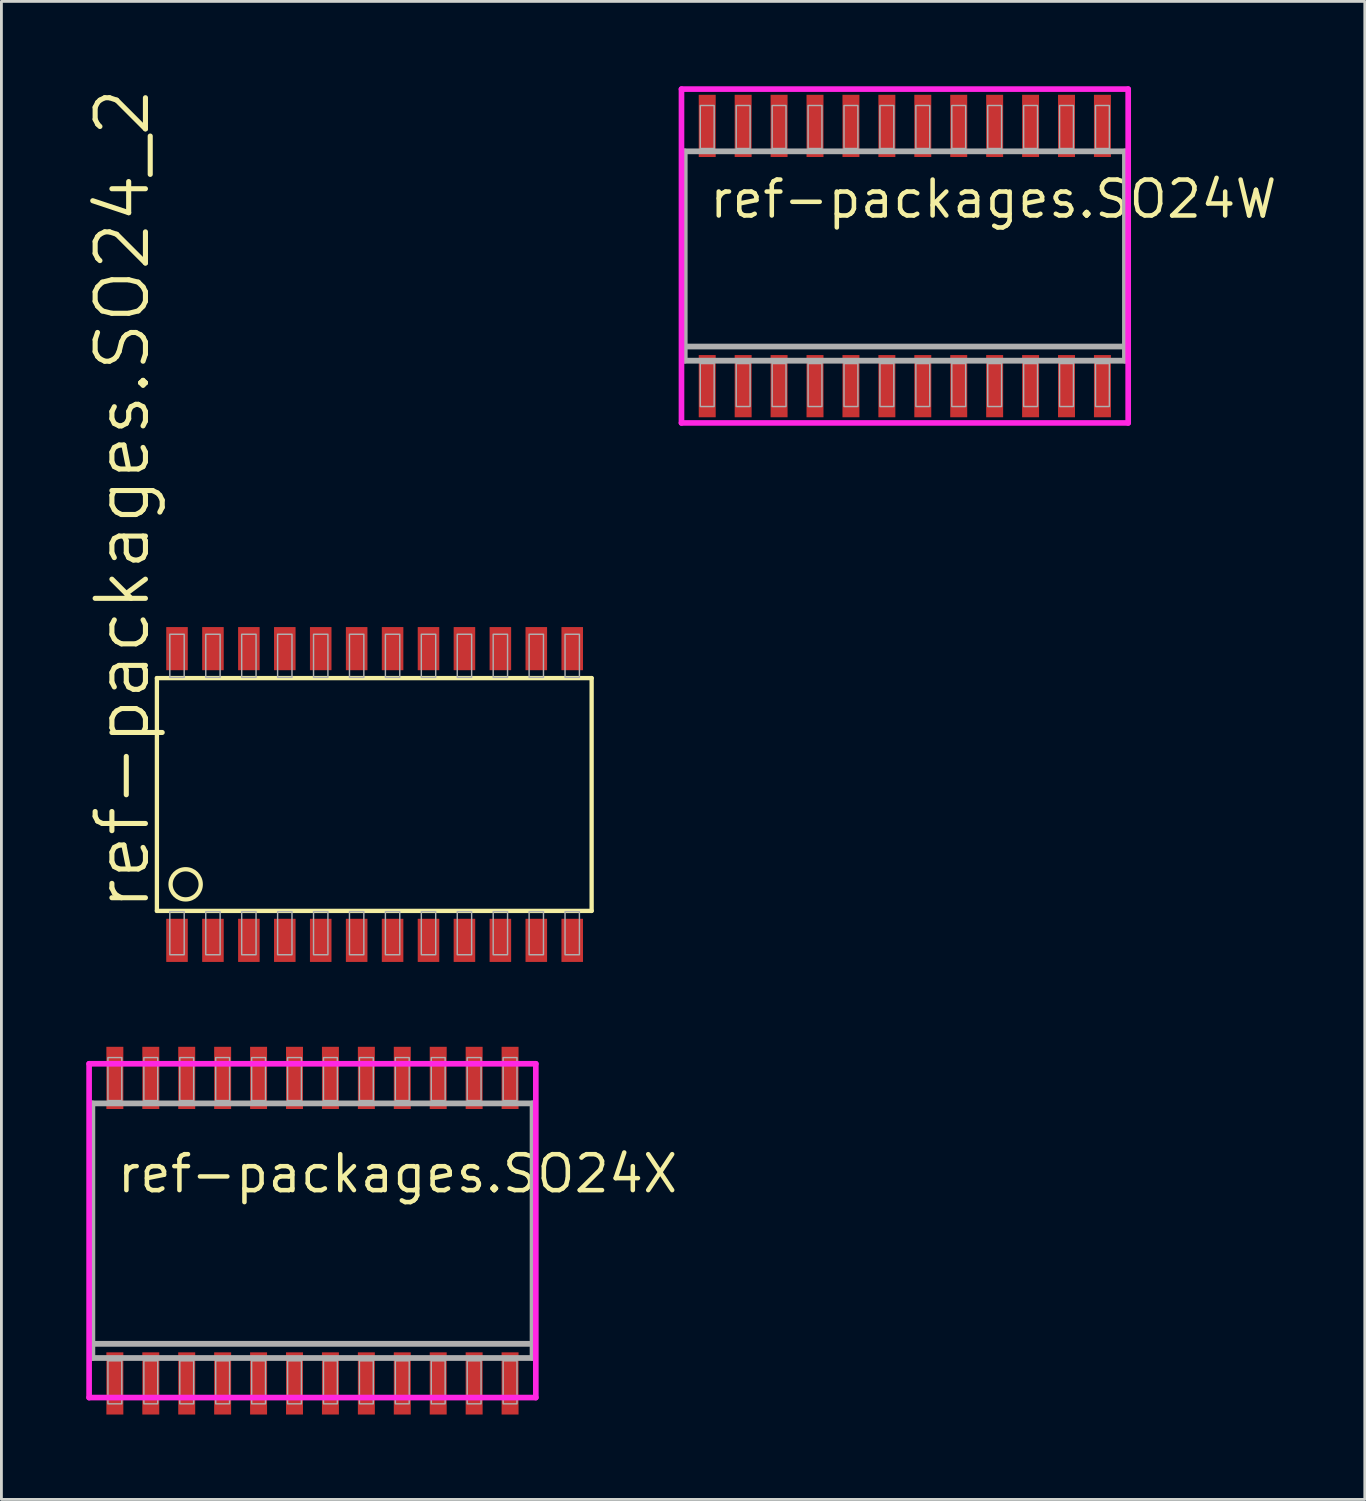
<source format=kicad_pcb>
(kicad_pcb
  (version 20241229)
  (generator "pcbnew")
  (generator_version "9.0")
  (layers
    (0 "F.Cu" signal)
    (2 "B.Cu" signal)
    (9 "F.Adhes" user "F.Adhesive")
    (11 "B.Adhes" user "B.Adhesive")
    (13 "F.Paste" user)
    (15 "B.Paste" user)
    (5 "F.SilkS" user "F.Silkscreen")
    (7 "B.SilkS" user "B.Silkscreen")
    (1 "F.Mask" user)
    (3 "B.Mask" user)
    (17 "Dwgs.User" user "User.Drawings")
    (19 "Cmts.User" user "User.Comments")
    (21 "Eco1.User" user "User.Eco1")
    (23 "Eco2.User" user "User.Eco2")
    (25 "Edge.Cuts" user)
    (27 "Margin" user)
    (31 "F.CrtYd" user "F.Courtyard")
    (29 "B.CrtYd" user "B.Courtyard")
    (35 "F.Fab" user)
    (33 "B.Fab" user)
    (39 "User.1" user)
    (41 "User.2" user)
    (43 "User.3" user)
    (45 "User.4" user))
  (footprint "ref-packages.SO24X"
    (layer "F.Cu")
    (at 7.995 40.452)
    (property "Reference" "ref-packages.SO24X" (at -6.985 -1.27 0) (layer "F.SilkS") (effects (font (size 1.27 1.27) (thickness 0.16)) (justify left bottom)))
    (attr smd)
    (fp_line (start -7.895 -5.9) (end 7.895 -5.9) (stroke (width 0.2) (type default)) (layer "F.CrtYd"))
    (fp_line (start -7.895 5.9) (end -7.895 -5.9) (stroke (width 0.2) (type default)) (layer "F.CrtYd"))
    (fp_line (start 7.895 -5.9) (end 7.895 5.9) (stroke (width 0.2) (type default)) (layer "F.CrtYd"))
    (fp_line (start 7.895 5.9) (end -7.895 5.9) (stroke (width 0.2) (type default)) (layer "F.CrtYd"))
    (fp_line (start -7.78 -4.5) (end 7.78 -4.5) (stroke (width 0.203) (type default)) (layer "F.Fab"))
    (fp_line (start -7.78 4) (end -7.78 -4.5) (stroke (width 0.203) (type default)) (layer "F.Fab"))
    (fp_line (start -7.78 4.5) (end -7.78 4) (stroke (width 0.203) (type default)) (layer "F.Fab"))
    (fp_line (start 7.78 -4.5) (end 7.78 4) (stroke (width 0.203) (type default)) (layer "F.Fab"))
    (fp_line (start 7.78 4) (end -7.78 4) (stroke (width 0.203) (type default)) (layer "F.Fab"))
    (fp_line (start 7.78 4) (end 7.78 4.5) (stroke (width 0.203) (type default)) (layer "F.Fab"))
    (fp_line (start 7.78 4.5) (end -7.78 4.5) (stroke (width 0.203) (type default)) (layer "F.Fab"))
    (fp_rect (start -7.23 -4.6) (end -6.74 -6.12) (stroke (width 0.05) (type default)) (fill no) (layer "F.Fab"))
    (fp_rect (start -7.23 6.12) (end -6.74 4.6) (stroke (width 0.05) (type default)) (fill no) (layer "F.Fab"))
    (fp_rect (start -5.96 -4.6) (end -5.47 -6.12) (stroke (width 0.05) (type default)) (fill no) (layer "F.Fab"))
    (fp_rect (start -5.96 6.12) (end -5.47 4.6) (stroke (width 0.05) (type default)) (fill no) (layer "F.Fab"))
    (fp_rect (start -4.69 -4.6) (end -4.2 -6.12) (stroke (width 0.05) (type default)) (fill no) (layer "F.Fab"))
    (fp_rect (start -4.69 6.12) (end -4.2 4.6) (stroke (width 0.05) (type default)) (fill no) (layer "F.Fab"))
    (fp_rect (start -3.42 -4.6) (end -2.93 -6.12) (stroke (width 0.05) (type default)) (fill no) (layer "F.Fab"))
    (fp_rect (start -3.42 6.12) (end -2.93 4.6) (stroke (width 0.05) (type default)) (fill no) (layer "F.Fab"))
    (fp_rect (start -2.15 -4.6) (end -1.66 -6.12) (stroke (width 0.05) (type default)) (fill no) (layer "F.Fab"))
    (fp_rect (start -2.15 6.12) (end -1.66 4.6) (stroke (width 0.05) (type default)) (fill no) (layer "F.Fab"))
    (fp_rect (start -0.88 -4.6) (end -0.39 -6.12) (stroke (width 0.05) (type default)) (fill no) (layer "F.Fab"))
    (fp_rect (start -0.88 6.12) (end -0.39 4.6) (stroke (width 0.05) (type default)) (fill no) (layer "F.Fab"))
    (fp_rect (start 0.39 -4.6) (end 0.88 -6.12) (stroke (width 0.05) (type default)) (fill no) (layer "F.Fab"))
    (fp_rect (start 0.39 6.12) (end 0.88 4.6) (stroke (width 0.05) (type default)) (fill no) (layer "F.Fab"))
    (fp_rect (start 1.66 -4.6) (end 2.15 -6.12) (stroke (width 0.05) (type default)) (fill no) (layer "F.Fab"))
    (fp_rect (start 1.66 6.12) (end 2.15 4.6) (stroke (width 0.05) (type default)) (fill no) (layer "F.Fab"))
    (fp_rect (start 2.93 -4.6) (end 3.42 -6.12) (stroke (width 0.05) (type default)) (fill no) (layer "F.Fab"))
    (fp_rect (start 2.93 6.12) (end 3.42 4.6) (stroke (width 0.05) (type default)) (fill no) (layer "F.Fab"))
    (fp_rect (start 4.2 -4.6) (end 4.69 -6.12) (stroke (width 0.05) (type default)) (fill no) (layer "F.Fab"))
    (fp_rect (start 4.2 6.12) (end 4.69 4.6) (stroke (width 0.05) (type default)) (fill no) (layer "F.Fab"))
    (fp_rect (start 5.47 -4.6) (end 5.96 -6.12) (stroke (width 0.05) (type default)) (fill no) (layer "F.Fab"))
    (fp_rect (start 5.47 6.12) (end 5.96 4.6) (stroke (width 0.05) (type default)) (fill no) (layer "F.Fab"))
    (fp_rect (start 6.74 -4.6) (end 7.23 -6.12) (stroke (width 0.05) (type default)) (fill no) (layer "F.Fab"))
    (fp_rect (start 6.74 6.12) (end 7.23 4.6) (stroke (width 0.05) (type default)) (fill no) (layer "F.Fab"))
    (pad "1" smd roundrect (at -6.985 5.4) (size 0.6 2.2) (layers "F.Cu" "F.Mask" "F.Paste") (roundrect_rratio 0.01))
    (pad "2" smd roundrect (at -5.715 5.4) (size 0.6 2.2) (layers "F.Cu" "F.Mask" "F.Paste") (roundrect_rratio 0.01))
    (pad "3" smd roundrect (at -4.445 5.4) (size 0.6 2.2) (layers "F.Cu" "F.Mask" "F.Paste") (roundrect_rratio 0.01))
    (pad "4" smd roundrect (at -3.175 5.4) (size 0.6 2.2) (layers "F.Cu" "F.Mask" "F.Paste") (roundrect_rratio 0.01))
    (pad "5" smd roundrect (at -1.905 5.4) (size 0.6 2.2) (layers "F.Cu" "F.Mask" "F.Paste") (roundrect_rratio 0.01))
    (pad "6" smd roundrect (at -0.635 5.4) (size 0.6 2.2) (layers "F.Cu" "F.Mask" "F.Paste") (roundrect_rratio 0.01))
    (pad "7" smd roundrect (at 0.635 5.4) (size 0.6 2.2) (layers "F.Cu" "F.Mask" "F.Paste") (roundrect_rratio 0.01))
    (pad "8" smd roundrect (at 1.905 5.4) (size 0.6 2.2) (layers "F.Cu" "F.Mask" "F.Paste") (roundrect_rratio 0.01))
    (pad "9" smd roundrect (at 3.175 5.4) (size 0.6 2.2) (layers "F.Cu" "F.Mask" "F.Paste") (roundrect_rratio 0.01))
    (pad "10" smd roundrect (at 4.445 5.4) (size 0.6 2.2) (layers "F.Cu" "F.Mask" "F.Paste") (roundrect_rratio 0.01))
    (pad "11" smd roundrect (at 5.715 5.4) (size 0.6 2.2) (layers "F.Cu" "F.Mask" "F.Paste") (roundrect_rratio 0.01))
    (pad "12" smd roundrect (at 6.985 5.4) (size 0.6 2.2) (layers "F.Cu" "F.Mask" "F.Paste") (roundrect_rratio 0.01))
    (pad "13" smd roundrect (at 6.985 -5.4) (size 0.6 2.2) (layers "F.Cu" "F.Mask" "F.Paste") (roundrect_rratio 0.01))
    (pad "14" smd roundrect (at 5.715 -5.4) (size 0.6 2.2) (layers "F.Cu" "F.Mask" "F.Paste") (roundrect_rratio 0.01))
    (pad "15" smd roundrect (at 4.445 -5.4) (size 0.6 2.2) (layers "F.Cu" "F.Mask" "F.Paste") (roundrect_rratio 0.01))
    (pad "16" smd roundrect (at 3.175 -5.4) (size 0.6 2.2) (layers "F.Cu" "F.Mask" "F.Paste") (roundrect_rratio 0.01))
    (pad "17" smd roundrect (at 1.905 -5.4) (size 0.6 2.2) (layers "F.Cu" "F.Mask" "F.Paste") (roundrect_rratio 0.01))
    (pad "18" smd roundrect (at 0.635 -5.4) (size 0.6 2.2) (layers "F.Cu" "F.Mask" "F.Paste") (roundrect_rratio 0.01))
    (pad "19" smd roundrect (at -0.635 -5.4) (size 0.6 2.2) (layers "F.Cu" "F.Mask" "F.Paste") (roundrect_rratio 0.01))
    (pad "20" smd roundrect (at -1.905 -5.4) (size 0.6 2.2) (layers "F.Cu" "F.Mask" "F.Paste") (roundrect_rratio 0.01))
    (pad "21" smd roundrect (at -3.175 -5.4) (size 0.6 2.2) (layers "F.Cu" "F.Mask" "F.Paste") (roundrect_rratio 0.01))
    (pad "22" smd roundrect (at -4.445 -5.4) (size 0.6 2.2) (layers "F.Cu" "F.Mask" "F.Paste") (roundrect_rratio 0.01))
    (pad "23" smd roundrect (at -5.715 -5.4) (size 0.6 2.2) (layers "F.Cu" "F.Mask" "F.Paste") (roundrect_rratio 0.01))
    (pad "24" smd roundrect (at -6.985 -5.4) (size 0.6 2.2) (layers "F.Cu" "F.Mask" "F.Paste") (roundrect_rratio 0.01)))
  (footprint "ref-packages.SO24_2"
    (layer "F.Cu")
    (at 10.192 25.034)
    (property "Reference" "ref-packages.SO24_2" (at -7.874 4.191 90) (layer "F.SilkS") (effects (font (size 1.778 1.778) (thickness 0.18)) (justify left bottom)))
    (attr smd)
    (fp_line (start -7.696 -4.115) (end -7.696 4.115) (stroke (width 0.152) (type default)) (layer "F.SilkS"))
    (fp_line (start -7.696 4.115) (end 7.671 4.115) (stroke (width 0.152) (type default)) (layer "F.SilkS"))
    (fp_line (start 7.671 -4.115) (end -7.696 -4.115) (stroke (width 0.152) (type default)) (layer "F.SilkS"))
    (fp_line (start 7.671 4.115) (end 7.671 -4.115) (stroke (width 0.152) (type default)) (layer "F.SilkS"))
    (fp_circle (center -6.68 3.175) (end -6.147 3.175) (stroke (width 0.152) (type default)) (fill no) (layer "F.SilkS"))
    (fp_rect (start -7.239 -4.14) (end -6.731 -5.664) (stroke (width 0.05) (type default)) (fill no) (layer "F.Fab"))
    (fp_rect (start -7.239 5.664) (end -6.731 4.14) (stroke (width 0.05) (type default)) (fill no) (layer "F.Fab"))
    (fp_rect (start -5.969 -4.14) (end -5.461 -5.664) (stroke (width 0.05) (type default)) (fill no) (layer "F.Fab"))
    (fp_rect (start -5.969 5.664) (end -5.461 4.14) (stroke (width 0.05) (type default)) (fill no) (layer "F.Fab"))
    (fp_rect (start -4.699 -4.14) (end -4.191 -5.664) (stroke (width 0.05) (type default)) (fill no) (layer "F.Fab"))
    (fp_rect (start -4.699 5.664) (end -4.191 4.14) (stroke (width 0.05) (type default)) (fill no) (layer "F.Fab"))
    (fp_rect (start -3.429 -4.14) (end -2.921 -5.664) (stroke (width 0.05) (type default)) (fill no) (layer "F.Fab"))
    (fp_rect (start -3.429 5.664) (end -2.921 4.14) (stroke (width 0.05) (type default)) (fill no) (layer "F.Fab"))
    (fp_rect (start -2.159 -4.14) (end -1.651 -5.664) (stroke (width 0.05) (type default)) (fill no) (layer "F.Fab"))
    (fp_rect (start -2.159 5.664) (end -1.651 4.14) (stroke (width 0.05) (type default)) (fill no) (layer "F.Fab"))
    (fp_rect (start -0.889 -4.14) (end -0.381 -5.664) (stroke (width 0.05) (type default)) (fill no) (layer "F.Fab"))
    (fp_rect (start -0.889 5.664) (end -0.381 4.14) (stroke (width 0.05) (type default)) (fill no) (layer "F.Fab"))
    (fp_rect (start 0.381 -4.14) (end 0.889 -5.664) (stroke (width 0.05) (type default)) (fill no) (layer "F.Fab"))
    (fp_rect (start 0.381 5.664) (end 0.889 4.14) (stroke (width 0.05) (type default)) (fill no) (layer "F.Fab"))
    (fp_rect (start 1.651 -4.14) (end 2.159 -5.664) (stroke (width 0.05) (type default)) (fill no) (layer "F.Fab"))
    (fp_rect (start 1.651 5.664) (end 2.159 4.14) (stroke (width 0.05) (type default)) (fill no) (layer "F.Fab"))
    (fp_rect (start 2.921 -4.14) (end 3.429 -5.664) (stroke (width 0.05) (type default)) (fill no) (layer "F.Fab"))
    (fp_rect (start 2.921 5.664) (end 3.429 4.14) (stroke (width 0.05) (type default)) (fill no) (layer "F.Fab"))
    (fp_rect (start 4.191 -4.14) (end 4.699 -5.664) (stroke (width 0.05) (type default)) (fill no) (layer "F.Fab"))
    (fp_rect (start 4.191 5.664) (end 4.699 4.14) (stroke (width 0.05) (type default)) (fill no) (layer "F.Fab"))
    (fp_rect (start 5.461 -4.14) (end 5.969 -5.664) (stroke (width 0.05) (type default)) (fill no) (layer "F.Fab"))
    (fp_rect (start 5.461 5.664) (end 5.969 4.14) (stroke (width 0.05) (type default)) (fill no) (layer "F.Fab"))
    (fp_rect (start 6.731 -4.14) (end 7.239 -5.664) (stroke (width 0.05) (type default)) (fill no) (layer "F.Fab"))
    (fp_rect (start 6.731 5.664) (end 7.239 4.14) (stroke (width 0.05) (type default)) (fill no) (layer "F.Fab"))
    (pad "1" smd roundrect (at -6.985 5.156) (size 0.762 1.524) (layers "F.Cu" "F.Mask" "F.Paste") (roundrect_rratio 0.01))
    (pad "2" smd roundrect (at -5.715 5.156) (size 0.762 1.524) (layers "F.Cu" "F.Mask" "F.Paste") (roundrect_rratio 0.01))
    (pad "3" smd roundrect (at -4.445 5.156) (size 0.762 1.524) (layers "F.Cu" "F.Mask" "F.Paste") (roundrect_rratio 0.01))
    (pad "4" smd roundrect (at -3.175 5.156) (size 0.762 1.524) (layers "F.Cu" "F.Mask" "F.Paste") (roundrect_rratio 0.01))
    (pad "5" smd roundrect (at -1.905 5.156) (size 0.762 1.524) (layers "F.Cu" "F.Mask" "F.Paste") (roundrect_rratio 0.01))
    (pad "6" smd roundrect (at -0.635 5.156) (size 0.762 1.524) (layers "F.Cu" "F.Mask" "F.Paste") (roundrect_rratio 0.01))
    (pad "7" smd roundrect (at 0.635 5.156) (size 0.762 1.524) (layers "F.Cu" "F.Mask" "F.Paste") (roundrect_rratio 0.01))
    (pad "8" smd roundrect (at 1.905 5.156) (size 0.762 1.524) (layers "F.Cu" "F.Mask" "F.Paste") (roundrect_rratio 0.01))
    (pad "9" smd roundrect (at 3.175 5.156) (size 0.762 1.524) (layers "F.Cu" "F.Mask" "F.Paste") (roundrect_rratio 0.01))
    (pad "10" smd roundrect (at 4.445 5.156) (size 0.762 1.524) (layers "F.Cu" "F.Mask" "F.Paste") (roundrect_rratio 0.01))
    (pad "11" smd roundrect (at 5.715 5.156) (size 0.762 1.524) (layers "F.Cu" "F.Mask" "F.Paste") (roundrect_rratio 0.01))
    (pad "12" smd roundrect (at 6.985 5.156) (size 0.762 1.524) (layers "F.Cu" "F.Mask" "F.Paste") (roundrect_rratio 0.01))
    (pad "13" smd roundrect (at 6.985 -5.156) (size 0.762 1.524) (layers "F.Cu" "F.Mask" "F.Paste") (roundrect_rratio 0.01))
    (pad "14" smd roundrect (at 5.715 -5.156) (size 0.762 1.524) (layers "F.Cu" "F.Mask" "F.Paste") (roundrect_rratio 0.01))
    (pad "15" smd roundrect (at 4.445 -5.156) (size 0.762 1.524) (layers "F.Cu" "F.Mask" "F.Paste") (roundrect_rratio 0.01))
    (pad "16" smd roundrect (at 3.175 -5.156) (size 0.762 1.524) (layers "F.Cu" "F.Mask" "F.Paste") (roundrect_rratio 0.01))
    (pad "17" smd roundrect (at 1.905 -5.156) (size 0.762 1.524) (layers "F.Cu" "F.Mask" "F.Paste") (roundrect_rratio 0.01))
    (pad "18" smd roundrect (at 0.635 -5.156) (size 0.762 1.524) (layers "F.Cu" "F.Mask" "F.Paste") (roundrect_rratio 0.01))
    (pad "19" smd roundrect (at -0.635 -5.156) (size 0.762 1.524) (layers "F.Cu" "F.Mask" "F.Paste") (roundrect_rratio 0.01))
    (pad "20" smd roundrect (at -1.905 -5.156) (size 0.762 1.524) (layers "F.Cu" "F.Mask" "F.Paste") (roundrect_rratio 0.01))
    (pad "21" smd roundrect (at -3.175 -5.156) (size 0.762 1.524) (layers "F.Cu" "F.Mask" "F.Paste") (roundrect_rratio 0.01))
    (pad "22" smd roundrect (at -4.445 -5.156) (size 0.762 1.524) (layers "F.Cu" "F.Mask" "F.Paste") (roundrect_rratio 0.01))
    (pad "23" smd roundrect (at -5.715 -5.156) (size 0.762 1.524) (layers "F.Cu" "F.Mask" "F.Paste") (roundrect_rratio 0.01))
    (pad "24" smd roundrect (at -6.985 -5.156) (size 0.762 1.524) (layers "F.Cu" "F.Mask" "F.Paste") (roundrect_rratio 0.01)))
  (footprint "ref-packages.SO24W"
    (layer "F.Cu")
    (at 28.934 6)
    (property "Reference" "ref-packages.SO24W" (at -6.985 -1.27 0) (layer "F.SilkS") (effects (font (size 1.27 1.27) (thickness 0.16)) (justify left bottom)))
    (attr smd)
    (fp_line (start -7.895 -5.9) (end 7.895 -5.9) (stroke (width 0.2) (type default)) (layer "F.CrtYd"))
    (fp_line (start -7.895 5.9) (end -7.895 -5.9) (stroke (width 0.2) (type default)) (layer "F.CrtYd"))
    (fp_line (start 7.895 -5.9) (end 7.895 5.9) (stroke (width 0.2) (type default)) (layer "F.CrtYd"))
    (fp_line (start 7.895 5.9) (end -7.895 5.9) (stroke (width 0.2) (type default)) (layer "F.CrtYd"))
    (fp_line (start -7.78 -3.7) (end 7.78 -3.7) (stroke (width 0.203) (type default)) (layer "F.Fab"))
    (fp_line (start -7.78 3.2) (end -7.78 -3.7) (stroke (width 0.203) (type default)) (layer "F.Fab"))
    (fp_line (start -7.78 3.7) (end -7.78 3.2) (stroke (width 0.203) (type default)) (layer "F.Fab"))
    (fp_line (start 7.78 -3.7) (end 7.78 3.2) (stroke (width 0.203) (type default)) (layer "F.Fab"))
    (fp_line (start 7.78 3.2) (end -7.78 3.2) (stroke (width 0.203) (type default)) (layer "F.Fab"))
    (fp_line (start 7.78 3.2) (end 7.78 3.7) (stroke (width 0.203) (type default)) (layer "F.Fab"))
    (fp_line (start 7.78 3.7) (end -7.78 3.7) (stroke (width 0.203) (type default)) (layer "F.Fab"))
    (fp_rect (start -7.23 -3.8) (end -6.74 -5.32) (stroke (width 0.05) (type default)) (fill no) (layer "F.Fab"))
    (fp_rect (start -7.23 5.32) (end -6.74 3.8) (stroke (width 0.05) (type default)) (fill no) (layer "F.Fab"))
    (fp_rect (start -5.96 -3.8) (end -5.47 -5.32) (stroke (width 0.05) (type default)) (fill no) (layer "F.Fab"))
    (fp_rect (start -5.96 5.32) (end -5.47 3.8) (stroke (width 0.05) (type default)) (fill no) (layer "F.Fab"))
    (fp_rect (start -4.69 -3.8) (end -4.2 -5.32) (stroke (width 0.05) (type default)) (fill no) (layer "F.Fab"))
    (fp_rect (start -4.69 5.32) (end -4.2 3.8) (stroke (width 0.05) (type default)) (fill no) (layer "F.Fab"))
    (fp_rect (start -3.42 -3.8) (end -2.93 -5.32) (stroke (width 0.05) (type default)) (fill no) (layer "F.Fab"))
    (fp_rect (start -3.42 5.32) (end -2.93 3.8) (stroke (width 0.05) (type default)) (fill no) (layer "F.Fab"))
    (fp_rect (start -2.15 -3.8) (end -1.66 -5.32) (stroke (width 0.05) (type default)) (fill no) (layer "F.Fab"))
    (fp_rect (start -2.15 5.32) (end -1.66 3.8) (stroke (width 0.05) (type default)) (fill no) (layer "F.Fab"))
    (fp_rect (start -0.88 -3.8) (end -0.39 -5.32) (stroke (width 0.05) (type default)) (fill no) (layer "F.Fab"))
    (fp_rect (start -0.88 5.32) (end -0.39 3.8) (stroke (width 0.05) (type default)) (fill no) (layer "F.Fab"))
    (fp_rect (start 0.39 -3.8) (end 0.88 -5.32) (stroke (width 0.05) (type default)) (fill no) (layer "F.Fab"))
    (fp_rect (start 0.39 5.32) (end 0.88 3.8) (stroke (width 0.05) (type default)) (fill no) (layer "F.Fab"))
    (fp_rect (start 1.66 -3.8) (end 2.15 -5.32) (stroke (width 0.05) (type default)) (fill no) (layer "F.Fab"))
    (fp_rect (start 1.66 5.32) (end 2.15 3.8) (stroke (width 0.05) (type default)) (fill no) (layer "F.Fab"))
    (fp_rect (start 2.93 -3.8) (end 3.42 -5.32) (stroke (width 0.05) (type default)) (fill no) (layer "F.Fab"))
    (fp_rect (start 2.93 5.32) (end 3.42 3.8) (stroke (width 0.05) (type default)) (fill no) (layer "F.Fab"))
    (fp_rect (start 4.2 -3.8) (end 4.69 -5.32) (stroke (width 0.05) (type default)) (fill no) (layer "F.Fab"))
    (fp_rect (start 4.2 5.32) (end 4.69 3.8) (stroke (width 0.05) (type default)) (fill no) (layer "F.Fab"))
    (fp_rect (start 5.47 -3.8) (end 5.96 -5.32) (stroke (width 0.05) (type default)) (fill no) (layer "F.Fab"))
    (fp_rect (start 5.47 5.32) (end 5.96 3.8) (stroke (width 0.05) (type default)) (fill no) (layer "F.Fab"))
    (fp_rect (start 6.74 -3.8) (end 7.23 -5.32) (stroke (width 0.05) (type default)) (fill no) (layer "F.Fab"))
    (fp_rect (start 6.74 5.32) (end 7.23 3.8) (stroke (width 0.05) (type default)) (fill no) (layer "F.Fab"))
    (pad "1" smd roundrect (at -6.985 4.6) (size 0.6 2.2) (layers "F.Cu" "F.Mask" "F.Paste") (roundrect_rratio 0.01))
    (pad "2" smd roundrect (at -5.715 4.6) (size 0.6 2.2) (layers "F.Cu" "F.Mask" "F.Paste") (roundrect_rratio 0.01))
    (pad "3" smd roundrect (at -4.445 4.6) (size 0.6 2.2) (layers "F.Cu" "F.Mask" "F.Paste") (roundrect_rratio 0.01))
    (pad "4" smd roundrect (at -3.175 4.6) (size 0.6 2.2) (layers "F.Cu" "F.Mask" "F.Paste") (roundrect_rratio 0.01))
    (pad "5" smd roundrect (at -1.905 4.6) (size 0.6 2.2) (layers "F.Cu" "F.Mask" "F.Paste") (roundrect_rratio 0.01))
    (pad "6" smd roundrect (at -0.635 4.6) (size 0.6 2.2) (layers "F.Cu" "F.Mask" "F.Paste") (roundrect_rratio 0.01))
    (pad "7" smd roundrect (at 0.635 4.6) (size 0.6 2.2) (layers "F.Cu" "F.Mask" "F.Paste") (roundrect_rratio 0.01))
    (pad "8" smd roundrect (at 1.905 4.6) (size 0.6 2.2) (layers "F.Cu" "F.Mask" "F.Paste") (roundrect_rratio 0.01))
    (pad "9" smd roundrect (at 3.175 4.6) (size 0.6 2.2) (layers "F.Cu" "F.Mask" "F.Paste") (roundrect_rratio 0.01))
    (pad "10" smd roundrect (at 4.445 4.6) (size 0.6 2.2) (layers "F.Cu" "F.Mask" "F.Paste") (roundrect_rratio 0.01))
    (pad "11" smd roundrect (at 5.715 4.6) (size 0.6 2.2) (layers "F.Cu" "F.Mask" "F.Paste") (roundrect_rratio 0.01))
    (pad "12" smd roundrect (at 6.985 4.6) (size 0.6 2.2) (layers "F.Cu" "F.Mask" "F.Paste") (roundrect_rratio 0.01))
    (pad "13" smd roundrect (at 6.985 -4.6) (size 0.6 2.2) (layers "F.Cu" "F.Mask" "F.Paste") (roundrect_rratio 0.01))
    (pad "14" smd roundrect (at 5.715 -4.6) (size 0.6 2.2) (layers "F.Cu" "F.Mask" "F.Paste") (roundrect_rratio 0.01))
    (pad "15" smd roundrect (at 4.445 -4.6) (size 0.6 2.2) (layers "F.Cu" "F.Mask" "F.Paste") (roundrect_rratio 0.01))
    (pad "16" smd roundrect (at 3.175 -4.6) (size 0.6 2.2) (layers "F.Cu" "F.Mask" "F.Paste") (roundrect_rratio 0.01))
    (pad "17" smd roundrect (at 1.905 -4.6) (size 0.6 2.2) (layers "F.Cu" "F.Mask" "F.Paste") (roundrect_rratio 0.01))
    (pad "18" smd roundrect (at 0.635 -4.6) (size 0.6 2.2) (layers "F.Cu" "F.Mask" "F.Paste") (roundrect_rratio 0.01))
    (pad "19" smd roundrect (at -0.635 -4.6) (size 0.6 2.2) (layers "F.Cu" "F.Mask" "F.Paste") (roundrect_rratio 0.01))
    (pad "20" smd roundrect (at -1.905 -4.6) (size 0.6 2.2) (layers "F.Cu" "F.Mask" "F.Paste") (roundrect_rratio 0.01))
    (pad "21" smd roundrect (at -3.175 -4.6) (size 0.6 2.2) (layers "F.Cu" "F.Mask" "F.Paste") (roundrect_rratio 0.01))
    (pad "22" smd roundrect (at -4.445 -4.6) (size 0.6 2.2) (layers "F.Cu" "F.Mask" "F.Paste") (roundrect_rratio 0.01))
    (pad "23" smd roundrect (at -5.715 -4.6) (size 0.6 2.2) (layers "F.Cu" "F.Mask" "F.Paste") (roundrect_rratio 0.01))
    (pad "24" smd roundrect (at -6.985 -4.6) (size 0.6 2.2) (layers "F.Cu" "F.Mask" "F.Paste") (roundrect_rratio 0.01)))
  (gr_rect
    (start -3 -3)
    (end 45.193 49.952)
    (stroke (width 0.1) (type default))
    (fill no)
    (layer "Edge.Cuts")))
</source>
